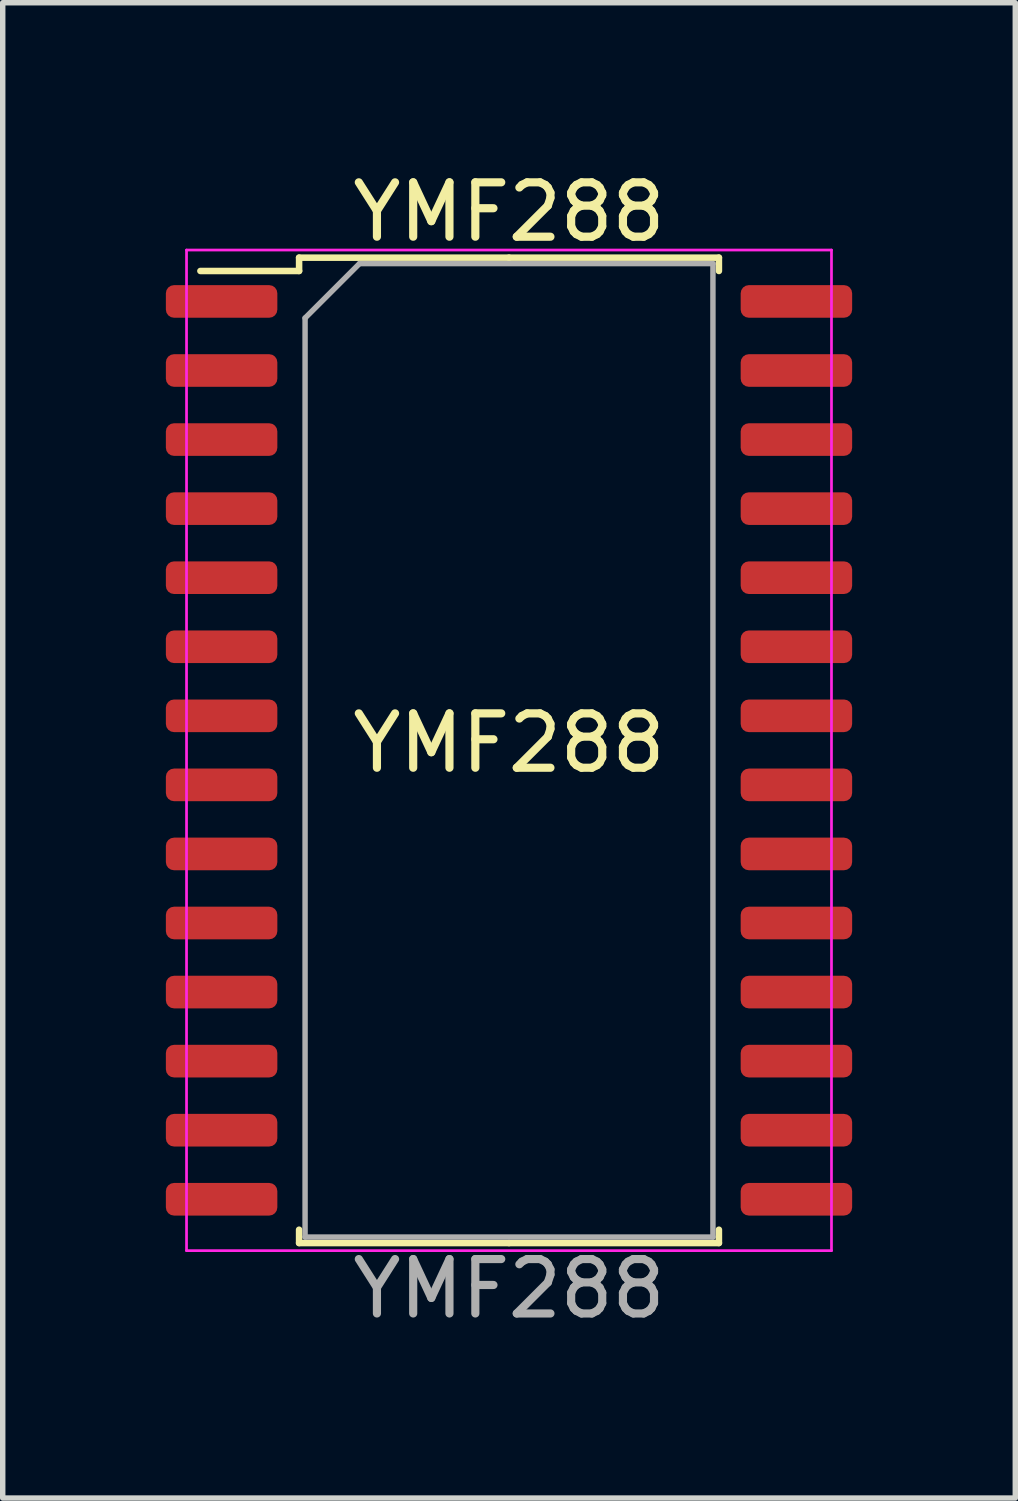
<source format=kicad_pcb>
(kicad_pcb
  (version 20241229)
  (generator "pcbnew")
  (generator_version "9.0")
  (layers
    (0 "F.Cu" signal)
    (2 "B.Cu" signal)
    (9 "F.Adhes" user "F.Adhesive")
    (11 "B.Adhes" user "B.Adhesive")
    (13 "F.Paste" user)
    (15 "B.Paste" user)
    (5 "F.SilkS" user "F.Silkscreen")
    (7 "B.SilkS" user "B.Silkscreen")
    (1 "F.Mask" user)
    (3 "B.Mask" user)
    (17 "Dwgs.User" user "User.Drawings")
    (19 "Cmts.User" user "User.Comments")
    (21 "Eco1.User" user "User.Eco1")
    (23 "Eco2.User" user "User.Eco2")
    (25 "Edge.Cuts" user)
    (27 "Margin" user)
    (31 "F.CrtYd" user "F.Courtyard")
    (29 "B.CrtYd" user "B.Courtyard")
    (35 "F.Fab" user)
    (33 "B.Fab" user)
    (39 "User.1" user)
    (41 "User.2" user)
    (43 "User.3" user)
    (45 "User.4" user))
  (footprint "YMF288"
    (layer "F.Cu")
    (at 6.31 10.113)
    (property "Reference" "YMF288" (at 0 0.5 0) (layer "F.SilkS") (effects (font (size 1 1) (thickness 0.15))))
    (attr through_hole)
    (fp_line (start -3.86 -8.425) (end -3.86 -8.18) (stroke (width 0.12) (type solid)) (layer "F.SilkS"))
    (fp_line (start -3.86 -8.18) (end -5.675 -8.18) (stroke (width 0.12) (type solid)) (layer "F.SilkS"))
    (fp_line (start -3.86 9.695) (end -3.86 9.45) (stroke (width 0.12) (type solid)) (layer "F.SilkS"))
    (fp_line (start 0 -8.425) (end -3.86 -8.425) (stroke (width 0.12) (type solid)) (layer "F.SilkS"))
    (fp_line (start 0 -8.425) (end 3.86 -8.425) (stroke (width 0.12) (type solid)) (layer "F.SilkS"))
    (fp_line (start 0 9.695) (end -3.86 9.695) (stroke (width 0.12) (type solid)) (layer "F.SilkS"))
    (fp_line (start 0 9.695) (end 3.86 9.695) (stroke (width 0.12) (type solid)) (layer "F.SilkS"))
    (fp_line (start 3.86 -8.425) (end 3.86 -8.18) (stroke (width 0.12) (type solid)) (layer "F.SilkS"))
    (fp_line (start 3.86 9.695) (end 3.86 9.45) (stroke (width 0.12) (type solid)) (layer "F.SilkS"))
    (fp_line (start -5.93 -8.565) (end -5.93 9.835) (stroke (width 0.05) (type solid)) (layer "F.CrtYd"))
    (fp_line (start -5.93 9.835) (end 5.93 9.835) (stroke (width 0.05) (type solid)) (layer "F.CrtYd"))
    (fp_line (start 5.93 -8.565) (end -5.93 -8.565) (stroke (width 0.05) (type solid)) (layer "F.CrtYd"))
    (fp_line (start 5.93 9.835) (end 5.93 -8.565) (stroke (width 0.05) (type solid)) (layer "F.CrtYd"))
    (fp_line (start -3.75 -7.315) (end -2.75 -8.315) (stroke (width 0.1) (type solid)) (layer "F.Fab"))
    (fp_line (start -3.75 9.585) (end -3.75 -7.315) (stroke (width 0.1) (type solid)) (layer "F.Fab"))
    (fp_line (start -2.75 -8.315) (end 3.75 -8.315) (stroke (width 0.1) (type solid)) (layer "F.Fab"))
    (fp_line (start 3.75 -8.315) (end 3.75 9.585) (stroke (width 0.1) (type solid)) (layer "F.Fab"))
    (fp_line (start 3.75 9.585) (end -3.75 9.585) (stroke (width 0.1) (type solid)) (layer "F.Fab"))
    (fp_text user "YMF288" (at 0 -9.265 180) (layer "F.SilkS") (effects (font (size 1 1) (thickness 0.15))))
    (fp_text user "YMF288" (at 0 10.535 180) (layer "F.Fab") (effects (font (size 1 1) (thickness 0.15))))
    (pad "1" smd roundrect (at -5.285 -7.62) (size 2.05 0.6) (layers "F.Cu" "F.Mask" "F.Paste") (roundrect_rratio 0.25))
    (pad "2" smd roundrect (at -5.285 -6.35) (size 2.05 0.6) (layers "F.Cu" "F.Mask" "F.Paste") (roundrect_rratio 0.25))
    (pad "3" smd roundrect (at -5.285 -5.08) (size 2.05 0.6) (layers "F.Cu" "F.Mask" "F.Paste") (roundrect_rratio 0.25))
    (pad "4" smd roundrect (at -5.285 -3.81) (size 2.05 0.6) (layers "F.Cu" "F.Mask" "F.Paste") (roundrect_rratio 0.25))
    (pad "5" smd roundrect (at -5.285 -2.54) (size 2.05 0.6) (layers "F.Cu" "F.Mask" "F.Paste") (roundrect_rratio 0.25))
    (pad "6" smd roundrect (at -5.285 -1.27) (size 2.05 0.6) (layers "F.Cu" "F.Mask" "F.Paste") (roundrect_rratio 0.25))
    (pad "7" smd roundrect (at -5.285 0) (size 2.05 0.6) (layers "F.Cu" "F.Mask" "F.Paste") (roundrect_rratio 0.25))
    (pad "8" smd roundrect (at -5.285 1.27) (size 2.05 0.6) (layers "F.Cu" "F.Mask" "F.Paste") (roundrect_rratio 0.25))
    (pad "9" smd roundrect (at -5.285 2.54) (size 2.05 0.6) (layers "F.Cu" "F.Mask" "F.Paste") (roundrect_rratio 0.25))
    (pad "10" smd roundrect (at -5.285 3.81) (size 2.05 0.6) (layers "F.Cu" "F.Mask" "F.Paste") (roundrect_rratio 0.25))
    (pad "11" smd roundrect (at -5.285 5.08) (size 2.05 0.6) (layers "F.Cu" "F.Mask" "F.Paste") (roundrect_rratio 0.25))
    (pad "12" smd roundrect (at -5.285 6.35) (size 2.05 0.6) (layers "F.Cu" "F.Mask" "F.Paste") (roundrect_rratio 0.25))
    (pad "13" smd roundrect (at -5.285 7.62) (size 2.05 0.6) (layers "F.Cu" "F.Mask" "F.Paste") (roundrect_rratio 0.25))
    (pad "14" smd roundrect (at -5.285 8.89) (size 2.05 0.6) (layers "F.Cu" "F.Mask" "F.Paste") (roundrect_rratio 0.25))
    (pad "15" smd roundrect (at 5.285 8.89) (size 2.05 0.6) (layers "F.Cu" "F.Mask" "F.Paste") (roundrect_rratio 0.25))
    (pad "16" smd roundrect (at 5.285 7.62) (size 2.05 0.6) (layers "F.Cu" "F.Mask" "F.Paste") (roundrect_rratio 0.25))
    (pad "17" smd roundrect (at 5.285 6.35) (size 2.05 0.6) (layers "F.Cu" "F.Mask" "F.Paste") (roundrect_rratio 0.25))
    (pad "18" smd roundrect (at 5.285 5.08) (size 2.05 0.6) (layers "F.Cu" "F.Mask" "F.Paste") (roundrect_rratio 0.25))
    (pad "19" smd roundrect (at 5.285 3.81) (size 2.05 0.6) (layers "F.Cu" "F.Mask" "F.Paste") (roundrect_rratio 0.25))
    (pad "20" smd roundrect (at 5.285 2.54) (size 2.05 0.6) (layers "F.Cu" "F.Mask" "F.Paste") (roundrect_rratio 0.25))
    (pad "21" smd roundrect (at 5.285 1.27) (size 2.05 0.6) (layers "F.Cu" "F.Mask" "F.Paste") (roundrect_rratio 0.25))
    (pad "22" smd roundrect (at 5.285 0) (size 2.05 0.6) (layers "F.Cu" "F.Mask" "F.Paste") (roundrect_rratio 0.25))
    (pad "23" smd roundrect (at 5.285 -1.27) (size 2.05 0.6) (layers "F.Cu" "F.Mask" "F.Paste") (roundrect_rratio 0.25))
    (pad "24" smd roundrect (at 5.285 -2.54) (size 2.05 0.6) (layers "F.Cu" "F.Mask" "F.Paste") (roundrect_rratio 0.25))
    (pad "25" smd roundrect (at 5.285 -3.81) (size 2.05 0.6) (layers "F.Cu" "F.Mask" "F.Paste") (roundrect_rratio 0.25))
    (pad "26" smd roundrect (at 5.285 -5.08) (size 2.05 0.6) (layers "F.Cu" "F.Mask" "F.Paste") (roundrect_rratio 0.25))
    (pad "27" smd roundrect (at 5.285 -6.35) (size 2.05 0.6) (layers "F.Cu" "F.Mask" "F.Paste") (roundrect_rratio 0.25))
    (pad "28" smd roundrect (at 5.285 -7.62) (size 2.05 0.6) (layers "F.Cu" "F.Mask" "F.Paste") (roundrect_rratio 0.25)))
  (gr_rect
    (start -3 -3)
    (end 15.62 24.497)
    (stroke (width 0.1) (type default))
    (fill no)
    (layer "Edge.Cuts")))
</source>
